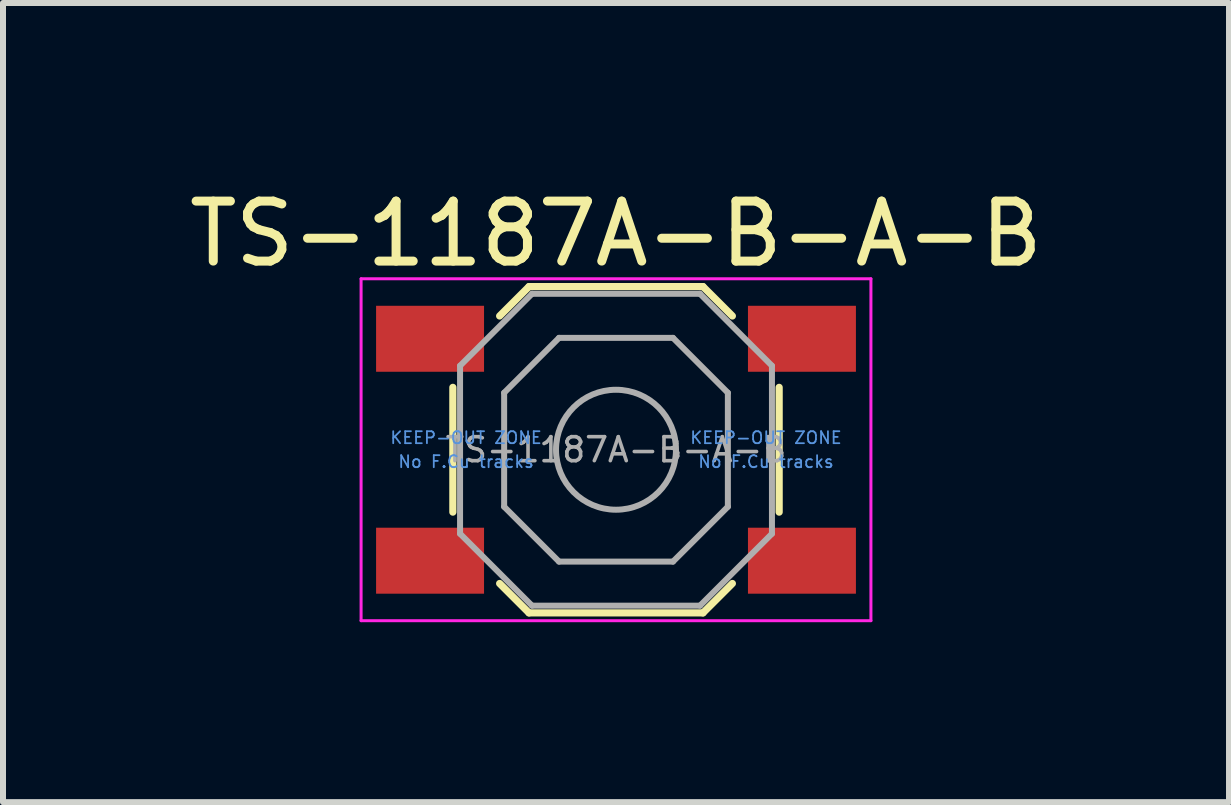
<source format=kicad_pcb>
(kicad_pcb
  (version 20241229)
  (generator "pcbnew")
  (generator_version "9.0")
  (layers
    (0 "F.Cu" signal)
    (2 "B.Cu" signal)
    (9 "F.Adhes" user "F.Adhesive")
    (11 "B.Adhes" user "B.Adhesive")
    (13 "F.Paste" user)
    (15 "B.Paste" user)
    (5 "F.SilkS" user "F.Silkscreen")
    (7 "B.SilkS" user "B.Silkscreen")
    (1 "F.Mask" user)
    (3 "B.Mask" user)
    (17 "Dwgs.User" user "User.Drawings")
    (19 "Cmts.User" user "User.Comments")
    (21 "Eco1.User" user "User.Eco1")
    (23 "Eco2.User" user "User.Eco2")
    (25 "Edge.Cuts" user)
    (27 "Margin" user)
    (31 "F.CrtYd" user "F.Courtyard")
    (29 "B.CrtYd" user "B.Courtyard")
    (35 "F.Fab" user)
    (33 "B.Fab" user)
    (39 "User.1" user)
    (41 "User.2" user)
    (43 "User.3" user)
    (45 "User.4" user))
  (footprint "TS-1187A-B-A-B"
    (layer "F.Cu")
    (at 7.22 4.448)
    (property "Reference" "TS-1187A-B-A-B" (at 0 -3.6 0) (layer "F.SilkS") (effects (font (size 1 1) (thickness 0.15))))
    (attr smd)
    (fp_line (start -2.72 1.04) (end -2.72 -1.04) (stroke (width 0.12) (type solid)) (layer "F.SilkS"))
    (fp_line (start -1.45 -2.72) (end -1.94 -2.23) (stroke (width 0.12) (type solid)) (layer "F.SilkS"))
    (fp_line (start -1.45 -2.72) (end 1.45 -2.72) (stroke (width 0.12) (type solid)) (layer "F.SilkS"))
    (fp_line (start -1.45 2.72) (end -1.94 2.23) (stroke (width 0.12) (type solid)) (layer "F.SilkS"))
    (fp_line (start -1.45 2.72) (end 1.45 2.72) (stroke (width 0.12) (type solid)) (layer "F.SilkS"))
    (fp_line (start 1.45 -2.72) (end 1.94 -2.23) (stroke (width 0.12) (type solid)) (layer "F.SilkS"))
    (fp_line (start 1.45 2.72) (end 1.94 2.23) (stroke (width 0.12) (type solid)) (layer "F.SilkS"))
    (fp_line (start 2.72 1.04) (end 2.72 -1.04) (stroke (width 0.12) (type solid)) (layer "F.SilkS"))
    (fp_line (start -4.25 -2.85) (end -4.25 2.85) (stroke (width 0.05) (type solid)) (layer "F.CrtYd"))
    (fp_line (start -4.25 2.85) (end 4.25 2.85) (stroke (width 0.05) (type solid)) (layer "F.CrtYd"))
    (fp_line (start 4.25 -2.85) (end -4.25 -2.85) (stroke (width 0.05) (type solid)) (layer "F.CrtYd"))
    (fp_line (start 4.25 2.85) (end 4.25 -2.85) (stroke (width 0.05) (type solid)) (layer "F.CrtYd"))
    (fp_line (start -2.6 -1.4) (end -1.4 -2.6) (stroke (width 0.1) (type solid)) (layer "F.Fab"))
    (fp_line (start -2.6 1.4) (end -2.6 -1.4) (stroke (width 0.1) (type solid)) (layer "F.Fab"))
    (fp_line (start -1.865 0.95) (end -1.865 -0.95) (stroke (width 0.1) (type solid)) (layer "F.Fab"))
    (fp_line (start -1.4 -2.6) (end 1.4 -2.6) (stroke (width 0.1) (type solid)) (layer "F.Fab"))
    (fp_line (start -1.4 2.6) (end -2.6 1.4) (stroke (width 0.1) (type solid)) (layer "F.Fab"))
    (fp_line (start -0.95 -1.865) (end -1.865 -0.95) (stroke (width 0.1) (type solid)) (layer "F.Fab"))
    (fp_line (start -0.95 -1.865) (end 0.95 -1.865) (stroke (width 0.1) (type solid)) (layer "F.Fab"))
    (fp_line (start -0.95 1.865) (end -1.865 0.95) (stroke (width 0.1) (type solid)) (layer "F.Fab"))
    (fp_line (start 0.95 -1.865) (end 1.865 -0.95) (stroke (width 0.1) (type solid)) (layer "F.Fab"))
    (fp_line (start 0.95 1.865) (end -0.95 1.865) (stroke (width 0.1) (type solid)) (layer "F.Fab"))
    (fp_line (start 0.95 1.865) (end 1.865 0.95) (stroke (width 0.1) (type solid)) (layer "F.Fab"))
    (fp_line (start 1.4 -2.6) (end 2.6 -1.4) (stroke (width 0.1) (type solid)) (layer "F.Fab"))
    (fp_line (start 1.4 2.6) (end -1.4 2.6) (stroke (width 0.1) (type solid)) (layer "F.Fab"))
    (fp_line (start 1.865 -0.95) (end 1.865 0.95) (stroke (width 0.1) (type solid)) (layer "F.Fab"))
    (fp_line (start 2.6 -1.4) (end 2.6 1.4) (stroke (width 0.1) (type solid)) (layer "F.Fab"))
    (fp_line (start 2.6 1.4) (end 1.4 2.6) (stroke (width 0.1) (type solid)) (layer "F.Fab"))
    (fp_circle (center 0 0) (end 1 0) (stroke (width 0.1) (type solid)) (fill no) (layer "F.Fab"))
    (fp_text user "No F.Cu tracks" (at 2.5 0.2 0) (layer "Cmts.User") (effects (font (size 0.2 0.2) (thickness 0.03))))
    (fp_text user "No F.Cu tracks" (at -2.5 0.2 0) (layer "Cmts.User") (effects (font (size 0.2 0.2) (thickness 0.03))))
    (fp_text user "KEEP-OUT ZONE" (at -2.5 -0.2 0) (layer "Cmts.User") (effects (font (size 0.2 0.2) (thickness 0.03))))
    (fp_text user "KEEP-OUT ZONE" (at 2.5 -0.2 0) (layer "Cmts.User") (effects (font (size 0.2 0.2) (thickness 0.03))))
    (fp_text user "${REFERENCE}" (at 0 0 0) (layer "F.Fab") (effects (font (size 0.4 0.4) (thickness 0.06))))
    (pad "1" smd rect (at -3.1 -1.85) (size 1.8 1.1) (layers "F.Cu" "F.Mask" "F.Paste"))
    (pad "1" smd rect (at 3.1 -1.85) (size 1.8 1.1) (layers "F.Cu" "F.Mask" "F.Paste"))
    (pad "2" smd rect (at -3.1 1.85) (size 1.8 1.1) (layers "F.Cu" "F.Mask" "F.Paste"))
    (pad "2" smd rect (at 3.1 1.85) (size 1.8 1.1) (layers "F.Cu" "F.Mask" "F.Paste"))
    (zone (net_name "") (layer "F.Cu") (hatch full 0.508) (connect_pads) (min_thickness 0.254) (filled_areas_thickness no) (keepout (tracks not_allowed) (vias not_allowed) (pads not_allowed) (copperpour not_allowed) (footprints not_allowed)) (placement (enabled no)) (fill) (polygon (pts (xy 3.22 3.148) (xy 6.22 3.148) (xy 6.22 5.748) (xy 3.22 5.748))))
    (zone (net_name "") (layer "F.Cu") (hatch full 0.508) (connect_pads) (min_thickness 0.254) (filled_areas_thickness no) (keepout (tracks not_allowed) (vias not_allowed) (pads not_allowed) (copperpour not_allowed) (footprints not_allowed)) (placement (enabled no)) (fill) (polygon (pts (xy 8.22 3.148) (xy 11.22 3.148) (xy 11.22 5.748) (xy 8.22 5.748)))))
  (gr_rect
    (start -3 -3)
    (end 17.44 10.323)
    (stroke (width 0.1) (type default))
    (fill no)
    (layer "Edge.Cuts")))
</source>
